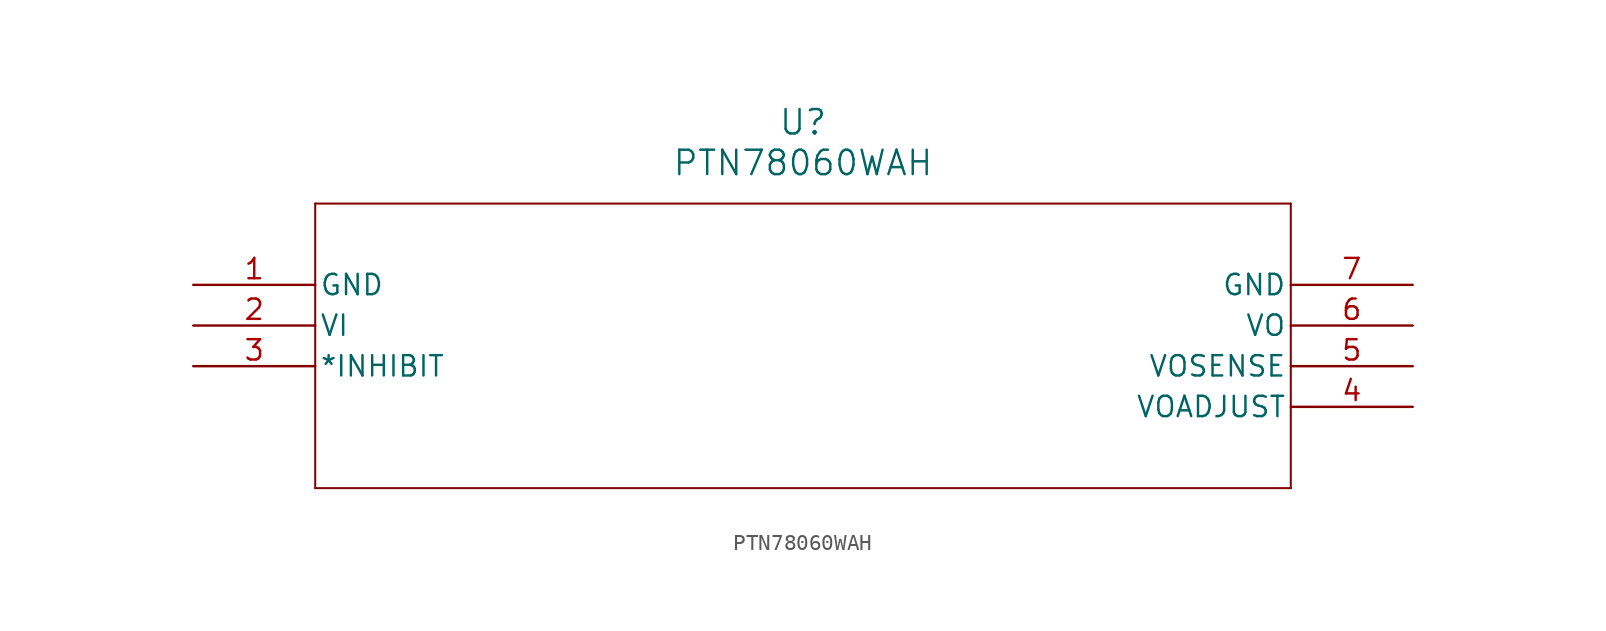
<source format=kicad_sym>
(kicad_symbol_lib
  (version 20231120)
  (generator "kicad_symbol_editor")
  (generator_version "8.0")
  (symbol "PTN78060WAH"
    (pin_names
      (offset 0.254))
    (property "Reference" "U"
      (at 38.1 10.16 0)
      (effects (font (size 1.524 1.524))))
    (property "Value" "PTN78060WAH"
      (at 38.1 7.62 0)
      (effects (font (size 1.524 1.524))))
    (property "ki_locked" ""
      (at 0 0 0)
      (effects (font (size 1.27 1.27))))
    (symbol "PTN78060WAH_0_1"
      (polyline (pts (xy 7.62 -12.7) (xy 68.58 -12.7)) (stroke (width 0.127) (type default)) (fill (type none)))
      (polyline (pts (xy 7.62 5.08) (xy 7.62 -12.7)) (stroke (width 0.127) (type default)) (fill (type none)))
      (polyline (pts (xy 68.58 -12.7) (xy 68.58 5.08)) (stroke (width 0.127) (type default)) (fill (type none)))
      (polyline (pts (xy 68.58 5.08) (xy 7.62 5.08)) (stroke (width 0.127) (type default)) (fill (type none)))
      (pin power_in line (at 0 0 0) (length 7.62) (name "GND" (effects (font (size 1.27 1.27)))) (number "1" (effects (font (size 1.27 1.27)))))
      (pin input line (at 0 -5.08 0) (length 7.62) (name "*INHIBIT" (effects (font (size 1.27 1.27)))) (number "3" (effects (font (size 1.27 1.27)))))
      (pin input line (at 76.2 -7.62 180) (length 7.62) (name "VOADJUST" (effects (font (size 1.27 1.27)))) (number "4" (effects (font (size 1.27 1.27)))))
      (pin input line (at 76.2 -5.08 180) (length 7.62) (name "VOSENSE" (effects (font (size 1.27 1.27)))) (number "5" (effects (font (size 1.27 1.27)))))
      (pin output line (at 76.2 -2.54 180) (length 7.62) (name "VO" (effects (font (size 1.27 1.27)))) (number "6" (effects (font (size 1.27 1.27)))))
      (pin power_in line (at 76.2 0 180) (length 7.62) (name "GND" (effects (font (size 1.27 1.27)))) (number "7" (effects (font (size 1.27 1.27))))))
    (symbol "PTN78060WAH_1_1"
      (pin power_in line (at 0 -2.54 0) (length 7.62) (name "VI" (effects (font (size 1.27 1.27)))) (number "2" (effects (font (size 1.27 1.27))))))))
</source>
